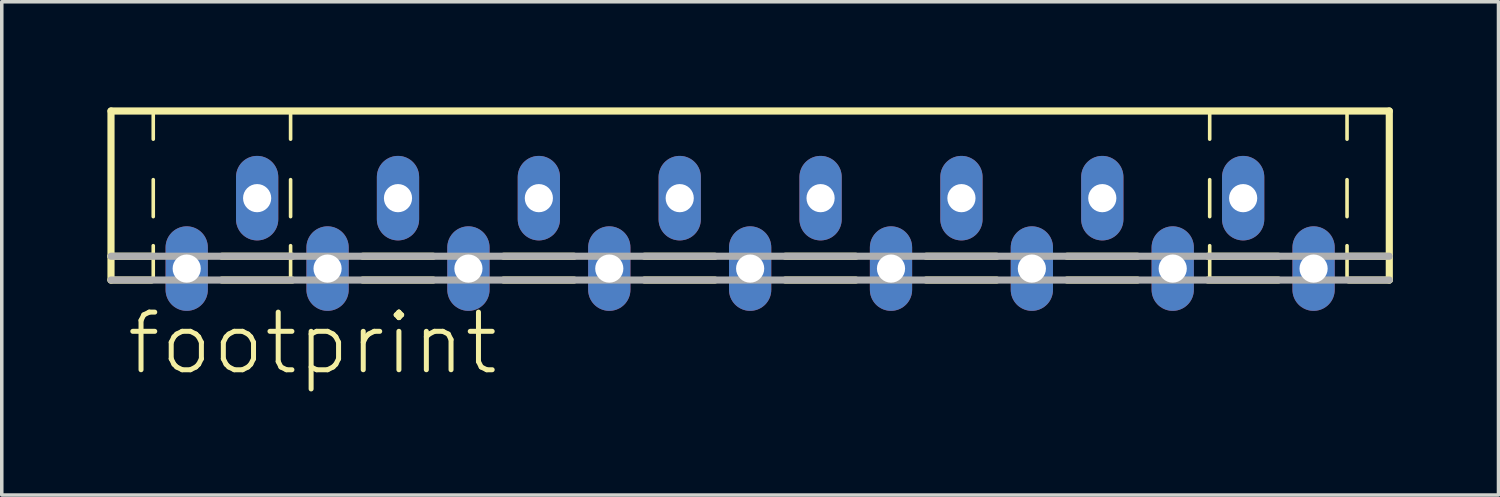
<source format=kicad_pcb>
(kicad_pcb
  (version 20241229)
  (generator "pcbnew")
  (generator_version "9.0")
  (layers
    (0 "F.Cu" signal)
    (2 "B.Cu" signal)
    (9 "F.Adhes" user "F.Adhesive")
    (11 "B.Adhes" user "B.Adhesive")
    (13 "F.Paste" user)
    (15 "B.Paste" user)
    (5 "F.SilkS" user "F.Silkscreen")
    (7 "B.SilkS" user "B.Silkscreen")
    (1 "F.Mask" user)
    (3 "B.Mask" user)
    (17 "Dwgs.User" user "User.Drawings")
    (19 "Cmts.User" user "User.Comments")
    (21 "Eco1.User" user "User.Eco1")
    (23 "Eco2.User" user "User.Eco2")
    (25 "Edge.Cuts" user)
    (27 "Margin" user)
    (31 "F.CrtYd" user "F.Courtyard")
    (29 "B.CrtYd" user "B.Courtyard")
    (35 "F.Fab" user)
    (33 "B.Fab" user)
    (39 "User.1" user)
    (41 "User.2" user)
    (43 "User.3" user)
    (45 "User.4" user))
  (footprint "footprint"
    (layer "F.Cu")
    (at 18.252 2.577)
    (property "Reference" "footprint" (at -17.78 5.08 0) (layer "F.SilkS") (effects (font (size 1.636 1.636) (thickness 0.142)) (justify left bottom)))
    (fp_line (start -18.15 -2.475) (end 18.15 -2.475) (stroke (width 0.203) (type solid)) (layer "F.SilkS"))
    (fp_line (start -18.15 1.65) (end -18.15 -2.475) (stroke (width 0.203) (type solid)) (layer "F.SilkS"))
    (fp_line (start -18.15 2.325) (end -18.15 1.65) (stroke (width 0.203) (type solid)) (layer "F.SilkS"))
    (fp_line (start -17 1.65) (end -18.15 1.65) (stroke (width 0.203) (type solid)) (layer "F.SilkS"))
    (fp_line (start -17 2.325) (end -18.15 2.325) (stroke (width 0.203) (type solid)) (layer "F.SilkS"))
    (fp_line (start -16.95 -2.375) (end -16.95 -1.675) (stroke (width 0.102) (type solid)) (layer "F.SilkS"))
    (fp_line (start -16.95 -0.525) (end -16.95 0.525) (stroke (width 0.102) (type solid)) (layer "F.SilkS"))
    (fp_line (start -16.95 1.35) (end -16.95 2.25) (stroke (width 0.102) (type solid)) (layer "F.SilkS"))
    (fp_line (start -13.05 -2.375) (end -13.05 -1.675) (stroke (width 0.102) (type solid)) (layer "F.SilkS"))
    (fp_line (start -13.05 -0.525) (end -13.05 0.525) (stroke (width 0.102) (type solid)) (layer "F.SilkS"))
    (fp_line (start -13.05 1.35) (end -13.05 2.25) (stroke (width 0.102) (type solid)) (layer "F.SilkS"))
    (fp_line (start -13 1.65) (end -15 1.65) (stroke (width 0.203) (type solid)) (layer "F.SilkS"))
    (fp_line (start -13 2.325) (end -15 2.325) (stroke (width 0.203) (type solid)) (layer "F.SilkS"))
    (fp_line (start -9 1.65) (end -11 1.65) (stroke (width 0.203) (type solid)) (layer "F.SilkS"))
    (fp_line (start -9 2.325) (end -11 2.325) (stroke (width 0.203) (type solid)) (layer "F.SilkS"))
    (fp_line (start -5 1.65) (end -7 1.65) (stroke (width 0.203) (type solid)) (layer "F.SilkS"))
    (fp_line (start -5 2.325) (end -7 2.325) (stroke (width 0.203) (type solid)) (layer "F.SilkS"))
    (fp_line (start -1 1.65) (end -3 1.65) (stroke (width 0.203) (type solid)) (layer "F.SilkS"))
    (fp_line (start -1 2.325) (end -3 2.325) (stroke (width 0.203) (type solid)) (layer "F.SilkS"))
    (fp_line (start 3 1.65) (end 1 1.65) (stroke (width 0.203) (type solid)) (layer "F.SilkS"))
    (fp_line (start 3 2.325) (end 1 2.325) (stroke (width 0.203) (type solid)) (layer "F.SilkS"))
    (fp_line (start 7 1.65) (end 5 1.65) (stroke (width 0.203) (type solid)) (layer "F.SilkS"))
    (fp_line (start 7 2.325) (end 5 2.325) (stroke (width 0.203) (type solid)) (layer "F.SilkS"))
    (fp_line (start 11 1.65) (end 9 1.65) (stroke (width 0.203) (type solid)) (layer "F.SilkS"))
    (fp_line (start 11 2.325) (end 9 2.325) (stroke (width 0.203) (type solid)) (layer "F.SilkS"))
    (fp_line (start 13.05 -2.375) (end 13.05 -1.675) (stroke (width 0.102) (type solid)) (layer "F.SilkS"))
    (fp_line (start 13.05 -0.525) (end 13.05 0.525) (stroke (width 0.102) (type solid)) (layer "F.SilkS"))
    (fp_line (start 13.05 1.35) (end 13.05 2.25) (stroke (width 0.102) (type solid)) (layer "F.SilkS"))
    (fp_line (start 15 1.65) (end 13 1.65) (stroke (width 0.203) (type solid)) (layer "F.SilkS"))
    (fp_line (start 15 2.325) (end 13 2.325) (stroke (width 0.203) (type solid)) (layer "F.SilkS"))
    (fp_line (start 16.95 -2.375) (end 16.95 -1.675) (stroke (width 0.102) (type solid)) (layer "F.SilkS"))
    (fp_line (start 16.95 -0.525) (end 16.95 0.525) (stroke (width 0.102) (type solid)) (layer "F.SilkS"))
    (fp_line (start 16.95 1.35) (end 16.95 2.25) (stroke (width 0.102) (type solid)) (layer "F.SilkS"))
    (fp_line (start 18.15 -2.475) (end 18.15 1.65) (stroke (width 0.203) (type solid)) (layer "F.SilkS"))
    (fp_line (start 18.15 1.65) (end 17 1.65) (stroke (width 0.203) (type solid)) (layer "F.SilkS"))
    (fp_line (start 18.15 1.65) (end 18.15 2.325) (stroke (width 0.203) (type solid)) (layer "F.SilkS"))
    (fp_line (start 18.15 2.325) (end 17 2.325) (stroke (width 0.203) (type solid)) (layer "F.SilkS"))
    (fp_line (start 18.15 1.65) (end -18.15 1.65) (stroke (width 0.203) (type solid)) (layer "F.Fab"))
    (fp_line (start 18.15 2.325) (end -18.15 2.325) (stroke (width 0.203) (type solid)) (layer "F.Fab"))
    (pad "1" thru_hole oval (at -16 2 90) (size 2.4 1.2) (drill 0.8) (layers "*.Cu" "*.Mask"))
    (pad "2" thru_hole oval (at -14 0 90) (size 2.4 1.2) (drill 0.8) (layers "*.Cu" "*.Mask"))
    (pad "3" thru_hole oval (at -12 2 90) (size 2.4 1.2) (drill 0.8) (layers "*.Cu" "*.Mask"))
    (pad "4" thru_hole oval (at -10 0 90) (size 2.4 1.2) (drill 0.8) (layers "*.Cu" "*.Mask"))
    (pad "5" thru_hole oval (at -8 2 90) (size 2.4 1.2) (drill 0.8) (layers "*.Cu" "*.Mask"))
    (pad "6" thru_hole oval (at -6 0 90) (size 2.4 1.2) (drill 0.8) (layers "*.Cu" "*.Mask"))
    (pad "7" thru_hole oval (at -4 2 90) (size 2.4 1.2) (drill 0.8) (layers "*.Cu" "*.Mask"))
    (pad "8" thru_hole oval (at -2 0 90) (size 2.4 1.2) (drill 0.8) (layers "*.Cu" "*.Mask"))
    (pad "9" thru_hole oval (at 0 2 90) (size 2.4 1.2) (drill 0.8) (layers "*.Cu" "*.Mask"))
    (pad "10" thru_hole oval (at 2 0 90) (size 2.4 1.2) (drill 0.8) (layers "*.Cu" "*.Mask"))
    (pad "11" thru_hole oval (at 4 2 90) (size 2.4 1.2) (drill 0.8) (layers "*.Cu" "*.Mask"))
    (pad "12" thru_hole oval (at 6 0 90) (size 2.4 1.2) (drill 0.8) (layers "*.Cu" "*.Mask"))
    (pad "13" thru_hole oval (at 8 2 90) (size 2.4 1.2) (drill 0.8) (layers "*.Cu" "*.Mask"))
    (pad "14" thru_hole oval (at 10 0 90) (size 2.4 1.2) (drill 0.8) (layers "*.Cu" "*.Mask"))
    (pad "15" thru_hole oval (at 12 2 90) (size 2.4 1.2) (drill 0.8) (layers "*.Cu" "*.Mask"))
    (pad "16" thru_hole oval (at 14 0 90) (size 2.4 1.2) (drill 0.8) (layers "*.Cu" "*.Mask"))
    (pad "17" thru_hole oval (at 16 2 90) (size 2.4 1.2) (drill 0.8) (layers "*.Cu" "*.Mask")))
  (gr_rect
    (start -3 -3)
    (end 39.503 11.007)
    (stroke (width 0.1) (type default))
    (fill no)
    (layer "Edge.Cuts")))
</source>
